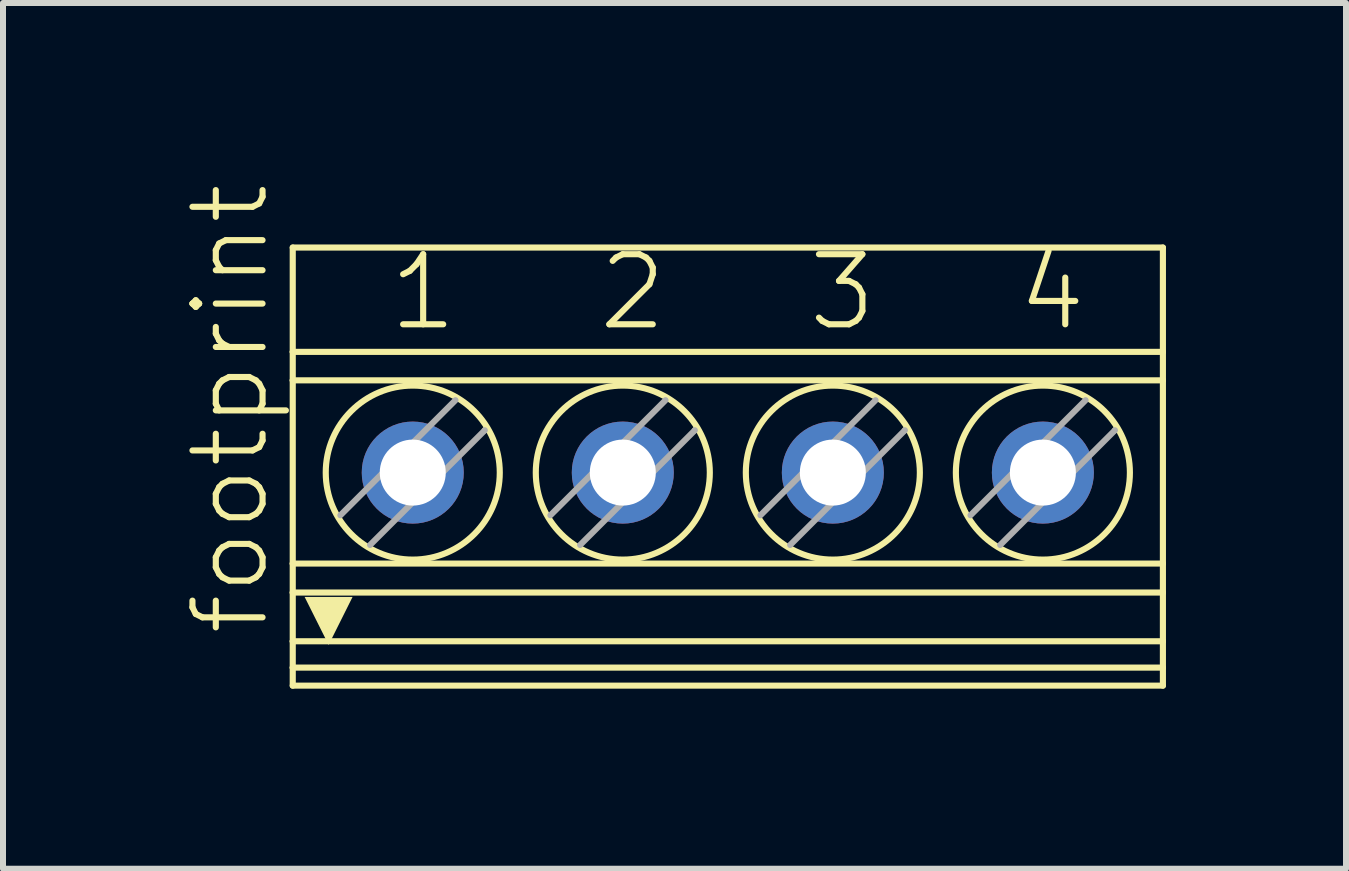
<source format=kicad_pcb>
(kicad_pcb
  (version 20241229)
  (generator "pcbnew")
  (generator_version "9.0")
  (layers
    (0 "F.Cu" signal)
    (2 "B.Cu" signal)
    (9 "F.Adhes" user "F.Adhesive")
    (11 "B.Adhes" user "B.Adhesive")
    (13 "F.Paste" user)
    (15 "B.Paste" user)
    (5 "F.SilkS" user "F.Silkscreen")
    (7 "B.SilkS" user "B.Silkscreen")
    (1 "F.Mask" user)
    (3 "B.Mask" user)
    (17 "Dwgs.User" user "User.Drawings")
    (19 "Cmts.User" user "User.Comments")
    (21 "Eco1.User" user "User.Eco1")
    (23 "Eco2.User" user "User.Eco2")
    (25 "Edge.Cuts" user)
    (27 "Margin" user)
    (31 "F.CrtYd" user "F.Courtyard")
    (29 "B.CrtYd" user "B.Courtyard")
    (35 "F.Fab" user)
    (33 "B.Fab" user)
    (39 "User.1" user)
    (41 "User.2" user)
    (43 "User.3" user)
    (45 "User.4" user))
  (footprint "footprint"
    (layer "F.Cu")
    (at 9.078 4.725)
    (property "Reference" "footprint" (at -7.605 2.857 90) (layer "F.SilkS") (effects (font (size 1.168 1.168) (thickness 0.102)) (justify left bottom)))
    (fp_line (start -7.25 -3.65) (end -7.25 -1.912) (stroke (width 0.102) (type solid)) (layer "F.SilkS"))
    (fp_line (start -7.25 -3.65) (end 7.25 -3.65) (stroke (width 0.102) (type solid)) (layer "F.SilkS"))
    (fp_line (start -7.25 -1.912) (end -7.25 -1.437) (stroke (width 0.102) (type solid)) (layer "F.SilkS"))
    (fp_line (start -7.25 -1.912) (end 7.25 -1.912) (stroke (width 0.102) (type solid)) (layer "F.SilkS"))
    (fp_line (start -7.25 1.616) (end -7.25 -1.437) (stroke (width 0.102) (type solid)) (layer "F.SilkS"))
    (fp_line (start -7.25 1.616) (end -7.25 2.099) (stroke (width 0.102) (type solid)) (layer "F.SilkS"))
    (fp_line (start -7.25 1.616) (end 7.25 1.616) (stroke (width 0.102) (type solid)) (layer "F.SilkS"))
    (fp_line (start -7.25 2.099) (end -7.25 2.911) (stroke (width 0.102) (type solid)) (layer "F.SilkS"))
    (fp_line (start -7.25 2.911) (end -7.25 3.35) (stroke (width 0.102) (type solid)) (layer "F.SilkS"))
    (fp_line (start -7.25 3.35) (end -7.25 3.65) (stroke (width 0.102) (type solid)) (layer "F.SilkS"))
    (fp_line (start -7.25 3.35) (end 7.25 3.35) (stroke (width 0.102) (type solid)) (layer "F.SilkS"))
    (fp_line (start -7.25 3.65) (end 7.25 3.65) (stroke (width 0.102) (type solid)) (layer "F.SilkS"))
    (fp_line (start -4.044 -0.611) (end -4.05 -0.605) (stroke (width 0.102) (type solid)) (layer "F.SilkS"))
    (fp_line (start -0.544 -0.611) (end -0.55 -0.605) (stroke (width 0.102) (type solid)) (layer "F.SilkS"))
    (fp_line (start 2.956 -0.611) (end 2.95 -0.605) (stroke (width 0.102) (type solid)) (layer "F.SilkS"))
    (fp_line (start 6.456 -0.611) (end 6.45 -0.605) (stroke (width 0.102) (type solid)) (layer "F.SilkS"))
    (fp_line (start 7.25 -3.65) (end 7.25 -1.912) (stroke (width 0.102) (type solid)) (layer "F.SilkS"))
    (fp_line (start 7.25 -1.437) (end -7.25 -1.437) (stroke (width 0.102) (type solid)) (layer "F.SilkS"))
    (fp_line (start 7.25 -1.437) (end 7.25 -1.912) (stroke (width 0.102) (type solid)) (layer "F.SilkS"))
    (fp_line (start 7.25 1.616) (end 7.25 -1.437) (stroke (width 0.102) (type solid)) (layer "F.SilkS"))
    (fp_line (start 7.25 1.616) (end 7.25 2.099) (stroke (width 0.102) (type solid)) (layer "F.SilkS"))
    (fp_line (start 7.25 2.099) (end -7.25 2.099) (stroke (width 0.102) (type solid)) (layer "F.SilkS"))
    (fp_line (start 7.25 2.099) (end 7.25 2.911) (stroke (width 0.102) (type solid)) (layer "F.SilkS"))
    (fp_line (start 7.25 2.911) (end -7.25 2.911) (stroke (width 0.102) (type solid)) (layer "F.SilkS"))
    (fp_line (start 7.25 2.911) (end 7.25 3.35) (stroke (width 0.102) (type solid)) (layer "F.SilkS"))
    (fp_line (start 7.25 3.35) (end 7.25 3.65) (stroke (width 0.102) (type solid)) (layer "F.SilkS"))
    (fp_circle (center -5.25 0.1) (end -3.8 0.1) (stroke (width 0.102) (type solid)) (fill no) (layer "F.SilkS"))
    (fp_circle (center -1.75 0.1) (end -0.3 0.1) (stroke (width 0.102) (type solid)) (fill no) (layer "F.SilkS"))
    (fp_circle (center 1.75 0.1) (end 3.2 0.1) (stroke (width 0.102) (type solid)) (fill no) (layer "F.SilkS"))
    (fp_circle (center 5.25 0.1) (end 6.7 0.1) (stroke (width 0.102) (type solid)) (fill no) (layer "F.SilkS"))
    (fp_poly (pts (xy -6.652 2.971) (xy -7.052 2.172) (xy -6.253 2.172)) (stroke (width 0) (type solid)) (fill yes) (layer "F.SilkS"))
    (fp_line (start -6.456 0.811) (end -4.539 -1.106) (stroke (width 0.102) (type solid)) (layer "F.Fab"))
    (fp_line (start -4.05 -0.605) (end -5.961 1.306) (stroke (width 0.102) (type solid)) (layer "F.Fab"))
    (fp_line (start -2.956 0.811) (end -1.039 -1.106) (stroke (width 0.102) (type solid)) (layer "F.Fab"))
    (fp_line (start -0.55 -0.605) (end -2.461 1.306) (stroke (width 0.102) (type solid)) (layer "F.Fab"))
    (fp_line (start 0.544 0.811) (end 2.461 -1.106) (stroke (width 0.102) (type solid)) (layer "F.Fab"))
    (fp_line (start 2.95 -0.605) (end 1.039 1.306) (stroke (width 0.102) (type solid)) (layer "F.Fab"))
    (fp_line (start 4.044 0.811) (end 5.961 -1.106) (stroke (width 0.102) (type solid)) (layer "F.Fab"))
    (fp_line (start 6.45 -0.605) (end 4.539 1.306) (stroke (width 0.102) (type solid)) (layer "F.Fab"))
    (fp_text user "3" (at 1.285 -2.223 0) (layer "F.SilkS") (effects (font (size 1.168 1.168) (thickness 0.102)) (justify left bottom)))
    (fp_text user "2" (at -2.208 -2.223 0) (layer "F.SilkS") (effects (font (size 1.168 1.168) (thickness 0.102)) (justify left bottom)))
    (fp_text user "1" (at -5.7 -2.223 0) (layer "F.SilkS") (effects (font (size 1.168 1.168) (thickness 0.102)) (justify left bottom)))
    (fp_text user "4" (at 4.777 -2.223 0) (layer "F.SilkS") (effects (font (size 1.168 1.168) (thickness 0.102)) (justify left bottom)))
    (pad "1" thru_hole circle (at -5.25 0.1 90) (size 1.7 1.7) (drill 1.1) (layers "*.Cu" "*.Mask"))
    (pad "2" thru_hole circle (at -1.75 0.1 90) (size 1.7 1.7) (drill 1.1) (layers "*.Cu" "*.Mask"))
    (pad "3" thru_hole circle (at 1.75 0.1 90) (size 1.7 1.7) (drill 1.1) (layers "*.Cu" "*.Mask"))
    (pad "4" thru_hole circle (at 5.25 0.1 90) (size 1.7 1.7) (drill 1.1) (layers "*.Cu" "*.Mask")))
  (gr_rect
    (start -3 -3)
    (end 19.379 11.426)
    (stroke (width 0.1) (type default))
    (fill no)
    (layer "Edge.Cuts")))
</source>
